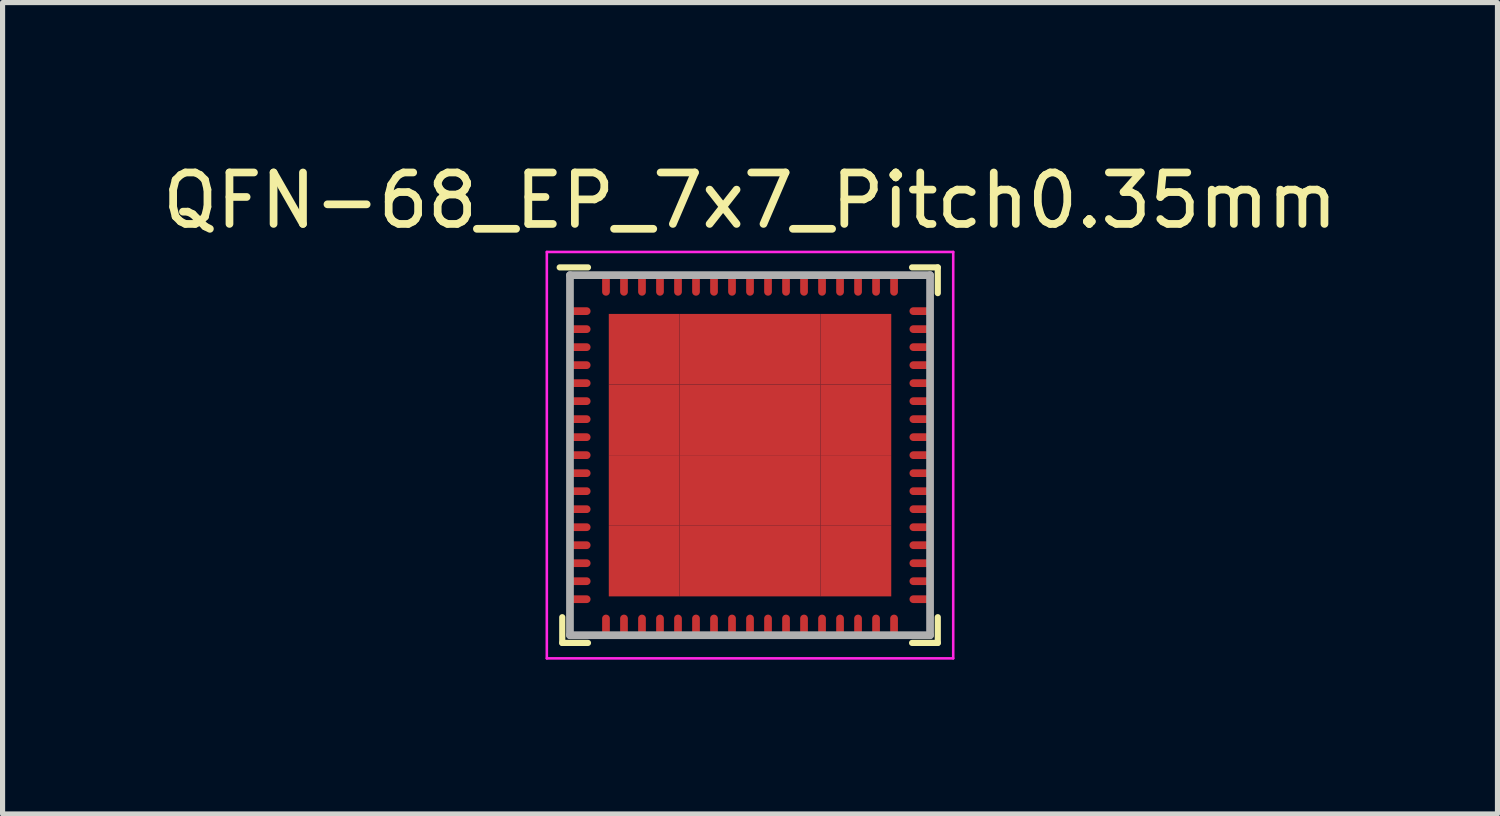
<source format=kicad_pcb>
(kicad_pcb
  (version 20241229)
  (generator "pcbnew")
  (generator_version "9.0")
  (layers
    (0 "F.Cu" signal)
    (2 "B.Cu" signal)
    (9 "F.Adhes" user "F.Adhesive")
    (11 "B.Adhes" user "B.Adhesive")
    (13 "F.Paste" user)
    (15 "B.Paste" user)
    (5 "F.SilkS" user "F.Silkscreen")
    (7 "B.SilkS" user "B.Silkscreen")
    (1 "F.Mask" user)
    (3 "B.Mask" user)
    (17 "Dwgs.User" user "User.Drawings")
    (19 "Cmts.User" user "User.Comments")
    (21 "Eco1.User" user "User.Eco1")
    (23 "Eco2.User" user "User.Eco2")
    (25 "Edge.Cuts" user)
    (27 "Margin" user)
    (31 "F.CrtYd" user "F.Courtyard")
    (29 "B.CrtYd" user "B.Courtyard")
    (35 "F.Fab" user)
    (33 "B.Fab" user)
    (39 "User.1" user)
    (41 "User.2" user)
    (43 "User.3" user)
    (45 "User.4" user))
  (footprint "QFN-68_EP_7x7_Pitch0.35mm"
    (layer "F.Cu")
    (at 11.53 5.798)
    (property "Reference" "QFN-68_EP_7x7_Pitch0.35mm" (at 0 -4.95 0) (layer "F.SilkS") (effects (font (size 1 1) (thickness 0.15))))
    (attr through_hole)
    (fp_line (start -3.65 3.65) (end -3.65 3.15) (stroke (width 0.12) (type solid)) (layer "F.SilkS"))
    (fp_line (start -3.15 -3.65) (end -3.7 -3.65) (stroke (width 0.12) (type solid)) (layer "F.SilkS"))
    (fp_line (start -3.15 3.65) (end -3.65 3.65) (stroke (width 0.12) (type solid)) (layer "F.SilkS"))
    (fp_line (start 3.15 -3.65) (end 3.65 -3.65) (stroke (width 0.12) (type solid)) (layer "F.SilkS"))
    (fp_line (start 3.15 3.65) (end 3.65 3.65) (stroke (width 0.12) (type solid)) (layer "F.SilkS"))
    (fp_line (start 3.65 -3.65) (end 3.65 -3.15) (stroke (width 0.12) (type solid)) (layer "F.SilkS"))
    (fp_line (start 3.65 3.65) (end 3.65 3.15) (stroke (width 0.12) (type solid)) (layer "F.SilkS"))
    (fp_line (start -3.95 -3.95) (end 3.95 -3.95) (stroke (width 0.05) (type solid)) (layer "F.CrtYd"))
    (fp_line (start -3.95 3.95) (end -3.95 -3.95) (stroke (width 0.05) (type solid)) (layer "F.CrtYd"))
    (fp_line (start 3.95 -3.95) (end 3.95 3.95) (stroke (width 0.05) (type solid)) (layer "F.CrtYd"))
    (fp_line (start 3.95 3.95) (end -3.95 3.95) (stroke (width 0.05) (type solid)) (layer "F.CrtYd"))
    (fp_line (start -3.5 -3.5) (end -3.5 3.5) (stroke (width 0.15) (type solid)) (layer "F.Fab"))
    (fp_line (start -3.5 3.5) (end 3.5 3.5) (stroke (width 0.15) (type solid)) (layer "F.Fab"))
    (fp_line (start 3.5 -3.5) (end -3.5 -3.5) (stroke (width 0.15) (type solid)) (layer "F.Fab"))
    (fp_line (start 3.5 3.5) (end 3.5 -3.5) (stroke (width 0.15) (type solid)) (layer "F.Fab"))
    (pad "1" smd oval (at -3.3 -2.8 90) (size 0.15 0.4) (layers "F.Cu" "F.Mask" "F.Paste"))
    (pad "2" smd oval (at -3.3 -2.45 90) (size 0.15 0.4) (layers "F.Cu" "F.Mask" "F.Paste"))
    (pad "3" smd oval (at -3.3 -2.1 90) (size 0.15 0.4) (layers "F.Cu" "F.Mask" "F.Paste"))
    (pad "4" smd oval (at -3.3 -1.75 90) (size 0.15 0.4) (layers "F.Cu" "F.Mask" "F.Paste"))
    (pad "5" smd oval (at -3.3 -1.4 90) (size 0.15 0.4) (layers "F.Cu" "F.Mask" "F.Paste"))
    (pad "6" smd oval (at -3.3 -1.05 90) (size 0.15 0.4) (layers "F.Cu" "F.Mask" "F.Paste"))
    (pad "7" smd oval (at -3.3 -0.7 90) (size 0.15 0.4) (layers "F.Cu" "F.Mask" "F.Paste"))
    (pad "8" smd oval (at -3.3 -0.35 90) (size 0.15 0.4) (layers "F.Cu" "F.Mask" "F.Paste"))
    (pad "9" smd oval (at -3.3 0 90) (size 0.15 0.4) (layers "F.Cu" "F.Mask" "F.Paste"))
    (pad "10" smd oval (at -3.3 0.35 90) (size 0.15 0.4) (layers "F.Cu" "F.Mask" "F.Paste"))
    (pad "11" smd oval (at -3.3 0.7 90) (size 0.15 0.4) (layers "F.Cu" "F.Mask" "F.Paste"))
    (pad "12" smd oval (at -3.3 1.05 90) (size 0.15 0.4) (layers "F.Cu" "F.Mask" "F.Paste"))
    (pad "13" smd oval (at -3.3 1.4 90) (size 0.15 0.4) (layers "F.Cu" "F.Mask" "F.Paste"))
    (pad "14" smd oval (at -3.3 1.75 90) (size 0.15 0.4) (layers "F.Cu" "F.Mask" "F.Paste"))
    (pad "15" smd oval (at -3.3 2.1 90) (size 0.15 0.4) (layers "F.Cu" "F.Mask" "F.Paste"))
    (pad "16" smd oval (at -3.3 2.45 90) (size 0.15 0.4) (layers "F.Cu" "F.Mask" "F.Paste"))
    (pad "17" smd oval (at -3.3 2.8 90) (size 0.15 0.4) (layers "F.Cu" "F.Mask" "F.Paste"))
    (pad "18" smd oval (at -2.8 3.3) (size 0.15 0.4) (layers "F.Cu" "F.Mask" "F.Paste"))
    (pad "19" smd oval (at -2.45 3.3) (size 0.15 0.4) (layers "F.Cu" "F.Mask" "F.Paste"))
    (pad "20" smd oval (at -2.1 3.3) (size 0.15 0.4) (layers "F.Cu" "F.Mask" "F.Paste"))
    (pad "21" smd oval (at -1.75 3.3) (size 0.15 0.4) (layers "F.Cu" "F.Mask" "F.Paste"))
    (pad "22" smd oval (at -1.4 3.3) (size 0.15 0.4) (layers "F.Cu" "F.Mask" "F.Paste"))
    (pad "23" smd oval (at -1.05 3.3) (size 0.15 0.4) (layers "F.Cu" "F.Mask" "F.Paste"))
    (pad "24" smd oval (at -0.7 3.3) (size 0.15 0.4) (layers "F.Cu" "F.Mask" "F.Paste"))
    (pad "25" smd oval (at -0.35 3.3) (size 0.15 0.4) (layers "F.Cu" "F.Mask" "F.Paste"))
    (pad "26" smd oval (at 0 3.3) (size 0.15 0.4) (layers "F.Cu" "F.Mask" "F.Paste"))
    (pad "27" smd oval (at 0.35 3.3) (size 0.15 0.4) (layers "F.Cu" "F.Mask" "F.Paste"))
    (pad "28" smd oval (at 0.7 3.3) (size 0.15 0.4) (layers "F.Cu" "F.Mask" "F.Paste"))
    (pad "29" smd oval (at 1.05 3.3) (size 0.15 0.4) (layers "F.Cu" "F.Mask" "F.Paste"))
    (pad "30" smd oval (at 1.4 3.3) (size 0.15 0.4) (layers "F.Cu" "F.Mask" "F.Paste"))
    (pad "31" smd oval (at 1.75 3.3) (size 0.15 0.4) (layers "F.Cu" "F.Mask" "F.Paste"))
    (pad "32" smd oval (at 2.1 3.3) (size 0.15 0.4) (layers "F.Cu" "F.Mask" "F.Paste"))
    (pad "33" smd oval (at 2.45 3.3) (size 0.15 0.4) (layers "F.Cu" "F.Mask" "F.Paste"))
    (pad "34" smd oval (at 2.8 3.3) (size 0.15 0.4) (layers "F.Cu" "F.Mask" "F.Paste"))
    (pad "35" smd oval (at 3.3 2.8 90) (size 0.15 0.4) (layers "F.Cu" "F.Mask" "F.Paste"))
    (pad "36" smd oval (at 3.3 2.45 90) (size 0.15 0.4) (layers "F.Cu" "F.Mask" "F.Paste"))
    (pad "37" smd oval (at 3.3 2.1 90) (size 0.15 0.4) (layers "F.Cu" "F.Mask" "F.Paste"))
    (pad "38" smd oval (at 3.3 1.75 90) (size 0.15 0.4) (layers "F.Cu" "F.Mask" "F.Paste"))
    (pad "39" smd oval (at 3.3 1.4 90) (size 0.15 0.4) (layers "F.Cu" "F.Mask" "F.Paste"))
    (pad "40" smd oval (at 3.3 1.05 90) (size 0.15 0.4) (layers "F.Cu" "F.Mask" "F.Paste"))
    (pad "41" smd oval (at 3.3 0.7 90) (size 0.15 0.4) (layers "F.Cu" "F.Mask" "F.Paste"))
    (pad "42" smd oval (at 3.3 0.35 90) (size 0.15 0.4) (layers "F.Cu" "F.Mask" "F.Paste"))
    (pad "43" smd oval (at 3.3 0 90) (size 0.15 0.4) (layers "F.Cu" "F.Mask" "F.Paste"))
    (pad "44" smd oval (at 3.3 -0.35 90) (size 0.15 0.4) (layers "F.Cu" "F.Mask" "F.Paste"))
    (pad "45" smd oval (at 3.3 -0.7 90) (size 0.15 0.4) (layers "F.Cu" "F.Mask" "F.Paste"))
    (pad "46" smd oval (at 3.3 -1.05 90) (size 0.15 0.4) (layers "F.Cu" "F.Mask" "F.Paste"))
    (pad "47" smd oval (at 3.3 -1.4 90) (size 0.15 0.4) (layers "F.Cu" "F.Mask" "F.Paste"))
    (pad "48" smd oval (at 3.3 -1.75 90) (size 0.15 0.4) (layers "F.Cu" "F.Mask" "F.Paste"))
    (pad "49" smd oval (at 3.3 -2.1 90) (size 0.15 0.4) (layers "F.Cu" "F.Mask" "F.Paste"))
    (pad "50" smd oval (at 3.3 -2.45 90) (size 0.15 0.4) (layers "F.Cu" "F.Mask" "F.Paste"))
    (pad "51" smd oval (at 3.3 -2.8 90) (size 0.15 0.4) (layers "F.Cu" "F.Mask" "F.Paste"))
    (pad "52" smd oval (at 2.8 -3.3) (size 0.15 0.4) (layers "F.Cu" "F.Mask" "F.Paste"))
    (pad "53" smd oval (at 2.45 -3.3) (size 0.15 0.4) (layers "F.Cu" "F.Mask" "F.Paste"))
    (pad "54" smd oval (at 2.1 -3.3) (size 0.15 0.4) (layers "F.Cu" "F.Mask" "F.Paste"))
    (pad "55" smd oval (at 1.75 -3.3) (size 0.15 0.4) (layers "F.Cu" "F.Mask" "F.Paste"))
    (pad "56" smd oval (at 1.4 -3.3) (size 0.15 0.4) (layers "F.Cu" "F.Mask" "F.Paste"))
    (pad "57" smd oval (at 1.05 -3.3) (size 0.15 0.4) (layers "F.Cu" "F.Mask" "F.Paste"))
    (pad "58" smd oval (at 0.7 -3.3) (size 0.15 0.4) (layers "F.Cu" "F.Mask" "F.Paste"))
    (pad "59" smd oval (at 0.35 -3.3) (size 0.15 0.4) (layers "F.Cu" "F.Mask" "F.Paste"))
    (pad "60" smd oval (at 0 -3.3) (size 0.15 0.4) (layers "F.Cu" "F.Mask" "F.Paste"))
    (pad "61" smd oval (at -0.35 -3.3) (size 0.15 0.4) (layers "F.Cu" "F.Mask" "F.Paste"))
    (pad "62" smd oval (at -0.7 -3.3) (size 0.15 0.4) (layers "F.Cu" "F.Mask" "F.Paste"))
    (pad "63" smd oval (at -1.05 -3.3) (size 0.15 0.4) (layers "F.Cu" "F.Mask" "F.Paste"))
    (pad "64" smd oval (at -1.4 -3.3) (size 0.15 0.4) (layers "F.Cu" "F.Mask" "F.Paste"))
    (pad "65" smd oval (at -1.75 -3.3) (size 0.15 0.4) (layers "F.Cu" "F.Mask" "F.Paste"))
    (pad "66" smd oval (at -2.1 -3.3) (size 0.15 0.4) (layers "F.Cu" "F.Mask" "F.Paste"))
    (pad "67" smd oval (at -2.45 -3.3) (size 0.15 0.4) (layers "F.Cu" "F.Mask" "F.Paste"))
    (pad "68" smd oval (at -2.8 -3.3) (size 0.15 0.4) (layers "F.Cu" "F.Mask" "F.Paste"))
    (pad "69" smd rect (at -2.059 -2.059) (size 1.373 1.373) (layers "F.Cu" "F.Mask" "F.Paste"))
    (pad "69" smd rect (at -2.059 -0.686) (size 1.373 1.373) (layers "F.Cu" "F.Mask" "F.Paste"))
    (pad "69" smd rect (at -2.059 0.686) (size 1.373 1.373) (layers "F.Cu" "F.Mask" "F.Paste"))
    (pad "69" smd rect (at -2.059 2.059) (size 1.373 1.373) (layers "F.Cu" "F.Mask" "F.Paste"))
    (pad "69" smd rect (at -0.686 -2.059) (size 1.373 1.373) (layers "F.Cu" "F.Mask" "F.Paste"))
    (pad "69" smd rect (at -0.686 -0.686) (size 1.373 1.373) (layers "F.Cu" "F.Mask" "F.Paste"))
    (pad "69" smd rect (at -0.686 0.686) (size 1.373 1.373) (layers "F.Cu" "F.Mask" "F.Paste"))
    (pad "69" smd rect (at -0.686 2.059) (size 1.373 1.373) (layers "F.Cu" "F.Mask" "F.Paste"))
    (pad "69" smd rect (at 0.686 -2.059) (size 1.373 1.373) (layers "F.Cu" "F.Mask" "F.Paste"))
    (pad "69" smd rect (at 0.686 -0.686) (size 1.373 1.373) (layers "F.Cu" "F.Mask" "F.Paste"))
    (pad "69" smd rect (at 0.686 0.686) (size 1.373 1.373) (layers "F.Cu" "F.Mask" "F.Paste"))
    (pad "69" smd rect (at 0.686 2.059) (size 1.373 1.373) (layers "F.Cu" "F.Mask" "F.Paste"))
    (pad "69" smd rect (at 2.059 -2.059) (size 1.373 1.373) (layers "F.Cu" "F.Mask" "F.Paste"))
    (pad "69" smd rect (at 2.059 -0.686) (size 1.373 1.373) (layers "F.Cu" "F.Mask" "F.Paste"))
    (pad "69" smd rect (at 2.059 0.686) (size 1.373 1.373) (layers "F.Cu" "F.Mask" "F.Paste"))
    (pad "69" smd rect (at 2.059 2.059) (size 1.373 1.373) (layers "F.Cu" "F.Mask" "F.Paste")))
  (gr_rect
    (start -3 -3)
    (end 26.06 12.773)
    (stroke (width 0.1) (type default))
    (fill no)
    (layer "Edge.Cuts")))
</source>
